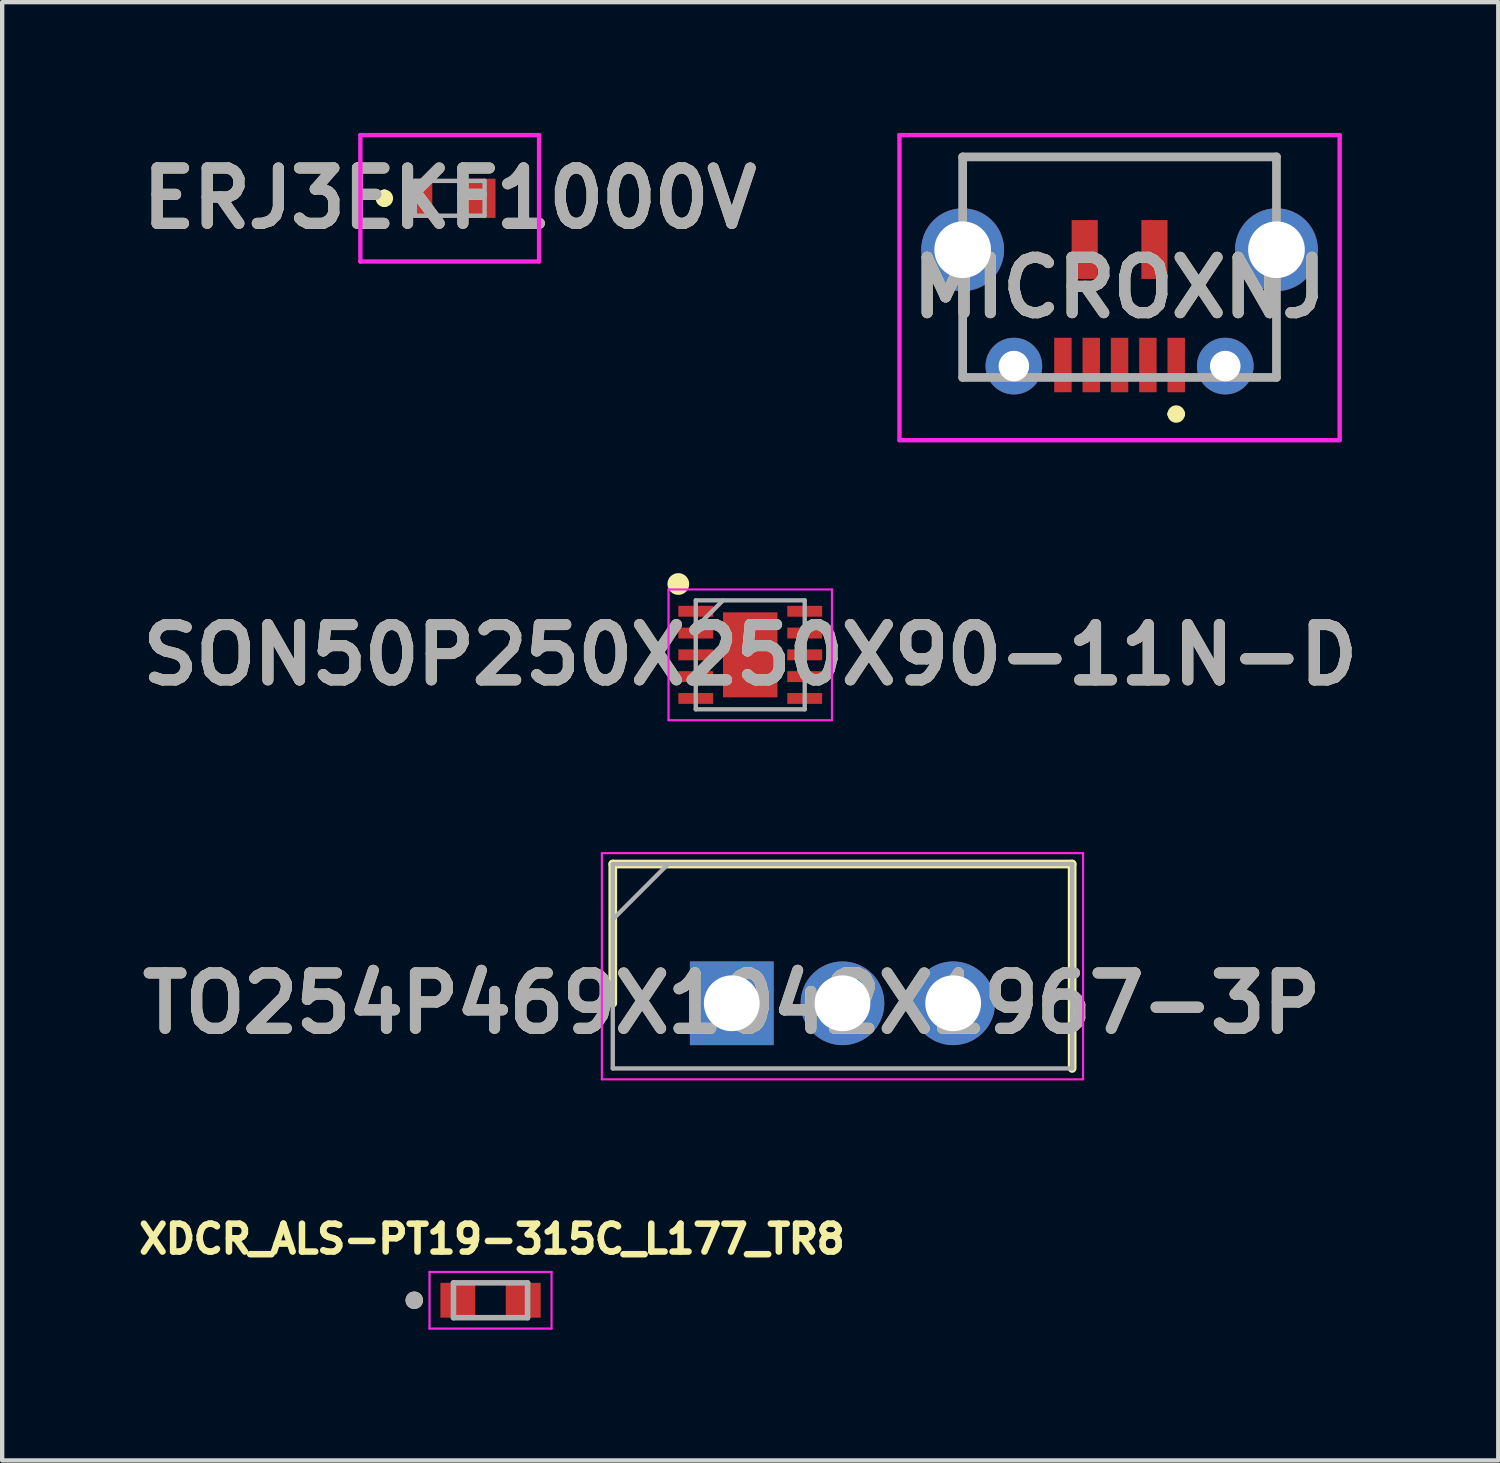
<source format=kicad_pcb>
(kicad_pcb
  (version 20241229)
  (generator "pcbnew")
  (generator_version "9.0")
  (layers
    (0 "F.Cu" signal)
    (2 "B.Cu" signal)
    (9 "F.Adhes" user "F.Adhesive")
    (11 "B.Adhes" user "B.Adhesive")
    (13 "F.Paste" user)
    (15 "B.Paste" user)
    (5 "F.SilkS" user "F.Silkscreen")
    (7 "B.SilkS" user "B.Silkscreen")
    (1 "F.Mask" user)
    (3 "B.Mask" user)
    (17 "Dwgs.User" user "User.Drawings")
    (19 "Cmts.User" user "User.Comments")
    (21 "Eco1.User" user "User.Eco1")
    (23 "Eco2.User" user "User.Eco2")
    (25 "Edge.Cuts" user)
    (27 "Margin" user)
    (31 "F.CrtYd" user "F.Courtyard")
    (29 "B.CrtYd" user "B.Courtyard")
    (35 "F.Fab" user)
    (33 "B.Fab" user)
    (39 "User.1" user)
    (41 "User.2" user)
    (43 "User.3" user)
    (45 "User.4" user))
  (footprint "XDCR_ALS-PT19-315C_L177_TR8"
    (layer "F.Cu")
    (at 8.205 26.784)
    (property "Reference" "XDCR_ALS-PT19-315C_L177_TR8" (at 0.032 -1.406 0) (layer "F.SilkS") (effects (font (size 0.64 0.64) (thickness 0.15))))
    (attr through_hole)
    (fp_circle (center -1.75 0) (end -1.65 0) (stroke (width 0.2) (type solid)) (fill no) (layer "F.SilkS"))
    (fp_line (start -1.4 -0.65) (end -1.4 0.65) (stroke (width 0.05) (type solid)) (layer "F.CrtYd"))
    (fp_line (start -1.4 0.65) (end 1.4 0.65) (stroke (width 0.05) (type solid)) (layer "F.CrtYd"))
    (fp_line (start 1.4 -0.65) (end -1.4 -0.65) (stroke (width 0.05) (type solid)) (layer "F.CrtYd"))
    (fp_line (start 1.4 0.65) (end 1.4 -0.65) (stroke (width 0.05) (type solid)) (layer "F.CrtYd"))
    (fp_line (start -0.85 -0.4) (end -0.85 0.4) (stroke (width 0.127) (type solid)) (layer "F.Fab"))
    (fp_line (start -0.85 0.4) (end 0.85 0.4) (stroke (width 0.127) (type solid)) (layer "F.Fab"))
    (fp_line (start 0.85 -0.4) (end -0.85 -0.4) (stroke (width 0.127) (type solid)) (layer "F.Fab"))
    (fp_line (start 0.85 0.4) (end 0.85 -0.4) (stroke (width 0.127) (type solid)) (layer "F.Fab"))
    (fp_circle (center -1.75 0) (end -1.65 0) (stroke (width 0.2) (type solid)) (fill no) (layer "F.Fab"))
    (pad "1" smd rect (at -0.75 0) (size 0.8 0.8) (layers "F.Cu" "F.Mask" "F.Paste"))
    (pad "2" smd rect (at 0.75 0) (size 0.8 0.8) (layers "F.Cu" "F.Mask" "F.Paste")))
  (footprint "SON50P250X250X90-11N-D"
    (layer "F.Cu")
    (at 14.164 11.975)
    (property "Reference" "SON50P250X250X90-11N-D" (at 0 0 0) (layer "F.SilkS") (effects (font (size 1.27 1.27) (thickness 0.254))))
    (attr smd)
    (fp_circle (center -1.65 -1.625) (end -1.65 -1.5) (stroke (width 0.25) (type solid)) (fill no) (layer "F.SilkS"))
    (fp_line (start -1.875 -1.5) (end 1.875 -1.5) (stroke (width 0.05) (type solid)) (layer "F.CrtYd"))
    (fp_line (start -1.875 1.5) (end -1.875 -1.5) (stroke (width 0.05) (type solid)) (layer "F.CrtYd"))
    (fp_line (start 1.875 -1.5) (end 1.875 1.5) (stroke (width 0.05) (type solid)) (layer "F.CrtYd"))
    (fp_line (start 1.875 1.5) (end -1.875 1.5) (stroke (width 0.05) (type solid)) (layer "F.CrtYd"))
    (fp_line (start -1.25 -1.25) (end 1.25 -1.25) (stroke (width 0.1) (type solid)) (layer "F.Fab"))
    (fp_line (start -1.25 -0.625) (end -0.625 -1.25) (stroke (width 0.1) (type solid)) (layer "F.Fab"))
    (fp_line (start -1.25 1.25) (end -1.25 -1.25) (stroke (width 0.1) (type solid)) (layer "F.Fab"))
    (fp_line (start 1.25 -1.25) (end 1.25 1.25) (stroke (width 0.1) (type solid)) (layer "F.Fab"))
    (fp_line (start 1.25 1.25) (end -1.25 1.25) (stroke (width 0.1) (type solid)) (layer "F.Fab"))
    (fp_text user "${REFERENCE}" (at 0 0 0) (layer "F.Fab") (effects (font (size 1.27 1.27) (thickness 0.254))))
    (pad "1" smd rect (at -1.25 -1 90) (size 0.25 0.8) (layers "F.Cu" "F.Mask" "F.Paste"))
    (pad "2" smd rect (at -1.25 -0.5 90) (size 0.25 0.8) (layers "F.Cu" "F.Mask" "F.Paste"))
    (pad "3" smd rect (at -1.25 0 90) (size 0.25 0.8) (layers "F.Cu" "F.Mask" "F.Paste"))
    (pad "4" smd rect (at -1.25 0.5 90) (size 0.25 0.8) (layers "F.Cu" "F.Mask" "F.Paste"))
    (pad "5" smd rect (at -1.25 1 90) (size 0.25 0.8) (layers "F.Cu" "F.Mask" "F.Paste"))
    (pad "6" smd rect (at 1.25 1 90) (size 0.25 0.8) (layers "F.Cu" "F.Mask" "F.Paste"))
    (pad "7" smd rect (at 1.25 0.5 90) (size 0.25 0.8) (layers "F.Cu" "F.Mask" "F.Paste"))
    (pad "8" smd rect (at 1.25 0 90) (size 0.25 0.8) (layers "F.Cu" "F.Mask" "F.Paste"))
    (pad "9" smd rect (at 1.25 -0.5 90) (size 0.25 0.8) (layers "F.Cu" "F.Mask" "F.Paste"))
    (pad "10" smd rect (at 1.25 -1 90) (size 0.25 0.8) (layers "F.Cu" "F.Mask" "F.Paste"))
    (pad "11" smd rect (at 0 0) (size 1.25 1.95) (layers "F.Cu" "F.Mask" "F.Paste")))
  (footprint "TO254P469X1042X1967-3P"
    (layer "F.Cu")
    (at 13.74 19.97)
    (property "Reference" "TO254P469X1042X1967-3P" (at 0 0 0) (layer "F.SilkS") (effects (font (size 1.27 1.27) (thickness 0.254))))
    (attr through_hole)
    (fp_line (start -2.73 -3.195) (end -2.73 0) (stroke (width 0.2) (type solid)) (layer "F.SilkS"))
    (fp_line (start 7.81 -3.195) (end -2.73 -3.195) (stroke (width 0.2) (type solid)) (layer "F.SilkS"))
    (fp_line (start 7.81 1.495) (end 7.81 -3.195) (stroke (width 0.2) (type solid)) (layer "F.SilkS"))
    (fp_line (start -2.98 -3.445) (end 8.06 -3.445) (stroke (width 0.05) (type solid)) (layer "F.CrtYd"))
    (fp_line (start -2.98 1.745) (end -2.98 -3.445) (stroke (width 0.05) (type solid)) (layer "F.CrtYd"))
    (fp_line (start 8.06 -3.445) (end 8.06 1.745) (stroke (width 0.05) (type solid)) (layer "F.CrtYd"))
    (fp_line (start 8.06 1.745) (end -2.98 1.745) (stroke (width 0.05) (type solid)) (layer "F.CrtYd"))
    (fp_line (start -2.73 -3.195) (end 7.81 -3.195) (stroke (width 0.1) (type solid)) (layer "F.Fab"))
    (fp_line (start -2.73 -1.925) (end -1.46 -3.195) (stroke (width 0.1) (type solid)) (layer "F.Fab"))
    (fp_line (start -2.73 1.495) (end -2.73 -3.195) (stroke (width 0.1) (type solid)) (layer "F.Fab"))
    (fp_line (start 7.81 -3.195) (end 7.81 1.495) (stroke (width 0.1) (type solid)) (layer "F.Fab"))
    (fp_line (start 7.81 1.495) (end -2.73 1.495) (stroke (width 0.1) (type solid)) (layer "F.Fab"))
    (fp_text user "${REFERENCE}" (at 0 0 0) (layer "F.Fab") (effects (font (size 1.27 1.27) (thickness 0.254))))
    (pad "1" thru_hole rect (at 0 0) (size 1.92 1.92) (drill 1.28) (layers "*.Cu" "*.Mask"))
    (pad "2" thru_hole circle (at 2.54 0) (size 1.92 1.92) (drill 1.28) (layers "*.Cu" "*.Mask"))
    (pad "3" thru_hole circle (at 5.08 0) (size 1.92 1.92) (drill 1.28) (layers "*.Cu" "*.Mask")))
  (footprint "MICROXNJ"
    (layer "F.Cu")
    (at 22.638 0.55)
    (property "Reference" "MICROXNJ" (at 0 3 0) (layer "F.SilkS") (effects (font (size 1.27 1.27) (thickness 0.254))))
    (attr through_hole)
    (fp_line (start -3.6 0) (end 3.6 0) (stroke (width 0.1) (type solid)) (layer "F.SilkS"))
    (fp_line (start -3.6 0.5) (end -3.6 0) (stroke (width 0.1) (type solid)) (layer "F.SilkS"))
    (fp_line (start -3.6 3.5) (end -3.6 5.06) (stroke (width 0.1) (type solid)) (layer "F.SilkS"))
    (fp_line (start -3.6 5.06) (end -3.6 5.06) (stroke (width 0.1) (type solid)) (layer "F.SilkS"))
    (fp_line (start -3.6 5.06) (end -3.5 5.06) (stroke (width 0.1) (type solid)) (layer "F.SilkS"))
    (fp_line (start 1.2 5.9) (end 1.2 5.9) (stroke (width 0.2) (type solid)) (layer "F.SilkS"))
    (fp_line (start 1.4 5.9) (end 1.4 5.9) (stroke (width 0.2) (type solid)) (layer "F.SilkS"))
    (fp_line (start 3.6 0) (end 3.6 0.5) (stroke (width 0.1) (type solid)) (layer "F.SilkS"))
    (fp_line (start 3.6 3.5) (end 3.6 5.06) (stroke (width 0.1) (type solid)) (layer "F.SilkS"))
    (fp_line (start 3.6 5.06) (end 3.5 5.06) (stroke (width 0.1) (type solid)) (layer "F.SilkS"))
    (fp_arc (start 1.2 5.9) (mid 1.3 5.8) (end 1.4 5.9) (stroke (width 0.2) (type solid)) (layer "F.SilkS"))
    (fp_arc (start 1.4 5.9) (mid 1.3 6) (end 1.2 5.9) (stroke (width 0.2) (type solid)) (layer "F.SilkS"))
    (fp_line (start -5.05 -0.5) (end 5.05 -0.5) (stroke (width 0.1) (type solid)) (layer "F.CrtYd"))
    (fp_line (start -5.05 6.5) (end -5.05 -0.5) (stroke (width 0.1) (type solid)) (layer "F.CrtYd"))
    (fp_line (start 5.05 -0.5) (end 5.05 6.5) (stroke (width 0.1) (type solid)) (layer "F.CrtYd"))
    (fp_line (start 5.05 6.5) (end -5.05 6.5) (stroke (width 0.1) (type solid)) (layer "F.CrtYd"))
    (fp_line (start -3.6 0) (end 3.6 0) (stroke (width 0.2) (type solid)) (layer "F.Fab"))
    (fp_line (start -3.6 5.06) (end -3.6 0) (stroke (width 0.2) (type solid)) (layer "F.Fab"))
    (fp_line (start 3.6 0) (end 3.6 5.06) (stroke (width 0.2) (type solid)) (layer "F.Fab"))
    (fp_line (start 3.6 5.06) (end -3.6 5.06) (stroke (width 0.2) (type solid)) (layer "F.Fab"))
    (fp_text user "${REFERENCE}" (at 0 3 0) (layer "F.Fab") (effects (font (size 1.27 1.27) (thickness 0.254))))
    (pad "1" smd rect (at 1.3 4.775) (size 0.4 1.25) (layers "F.Cu" "F.Mask" "F.Paste"))
    (pad "2" smd rect (at 0.65 4.775) (size 0.4 1.25) (layers "F.Cu" "F.Mask" "F.Paste"))
    (pad "3" smd rect (at 0 4.775) (size 0.4 1.25) (layers "F.Cu" "F.Mask" "F.Paste"))
    (pad "4" smd rect (at -0.65 4.775) (size 0.4 1.25) (layers "F.Cu" "F.Mask" "F.Paste"))
    (pad "5" smd rect (at -1.3 4.775) (size 0.4 1.25) (layers "F.Cu" "F.Mask" "F.Paste"))
    (pad "MH1" thru_hole circle (at 2.425 4.8) (size 1.3 1.3) (drill 0.7) (layers "*.Cu" "*.Mask"))
    (pad "MH2" thru_hole circle (at -2.425 4.8) (size 1.3 1.3) (drill 0.7) (layers "*.Cu" "*.Mask"))
    (pad "MH3" thru_hole circle (at 3.6 2.13) (size 1.9 1.9) (drill 1.3) (layers "*.Cu" "*.Mask"))
    (pad "MH4" thru_hole circle (at -3.6 2.13) (size 1.9 1.9) (drill 1.3) (layers "*.Cu" "*.Mask"))
    (pad "MP1" smd rect (at 0.8 2.125) (size 0.6 1.35) (layers "F.Cu" "F.Mask" "F.Paste"))
    (pad "MP2" smd rect (at -0.8 2.125) (size 0.6 1.35) (layers "F.Cu" "F.Mask" "F.Paste")))
  (footprint "ERJ3EKF1000V"
    (layer "F.Cu")
    (at 7.269 1.5)
    (property "Reference" "ERJ3EKF1000V" (at 0 0 0) (layer "F.SilkS") (effects (font (size 1.27 1.27) (thickness 0.254))))
    (attr smd)
    (fp_line (start -1.5 -0.1) (end -1.5 -0.1) (stroke (width 0.2) (type solid)) (layer "F.SilkS"))
    (fp_line (start -1.5 0.1) (end -1.5 0.1) (stroke (width 0.2) (type solid)) (layer "F.SilkS"))
    (fp_arc (start -1.5 -0.1) (mid -1.4 0) (end -1.5 0.1) (stroke (width 0.2) (type solid)) (layer "F.SilkS"))
    (fp_arc (start -1.5 0.1) (mid -1.6 0) (end -1.5 -0.1) (stroke (width 0.2) (type solid)) (layer "F.SilkS"))
    (fp_line (start -2.05 -1.45) (end 2.05 -1.45) (stroke (width 0.1) (type solid)) (layer "F.CrtYd"))
    (fp_line (start -2.05 1.45) (end -2.05 -1.45) (stroke (width 0.1) (type solid)) (layer "F.CrtYd"))
    (fp_line (start 2.05 -1.45) (end 2.05 1.45) (stroke (width 0.1) (type solid)) (layer "F.CrtYd"))
    (fp_line (start 2.05 1.45) (end -2.05 1.45) (stroke (width 0.1) (type solid)) (layer "F.CrtYd"))
    (fp_line (start -0.8 -0.4) (end -0.8 0.4) (stroke (width 0.1) (type solid)) (layer "F.Fab"))
    (fp_line (start -0.8 0.4) (end 0.8 0.4) (stroke (width 0.1) (type solid)) (layer "F.Fab"))
    (fp_line (start 0.8 -0.4) (end -0.8 -0.4) (stroke (width 0.1) (type solid)) (layer "F.Fab"))
    (fp_line (start 0.8 0.4) (end 0.8 -0.4) (stroke (width 0.1) (type solid)) (layer "F.Fab"))
    (fp_text user "${REFERENCE}" (at 0 0 0) (layer "F.Fab") (effects (font (size 1.27 1.27) (thickness 0.254))))
    (pad "1" smd rect (at -0.725 0) (size 0.65 0.9) (layers "F.Cu" "F.Mask" "F.Paste"))
    (pad "2" smd rect (at 0.725 0) (size 0.65 0.9) (layers "F.Cu" "F.Mask" "F.Paste")))
  (gr_rect
    (start -3 -3)
    (end 31.327 30.459)
    (stroke (width 0.1) (type default))
    (fill no)
    (layer "Edge.Cuts")))
</source>
